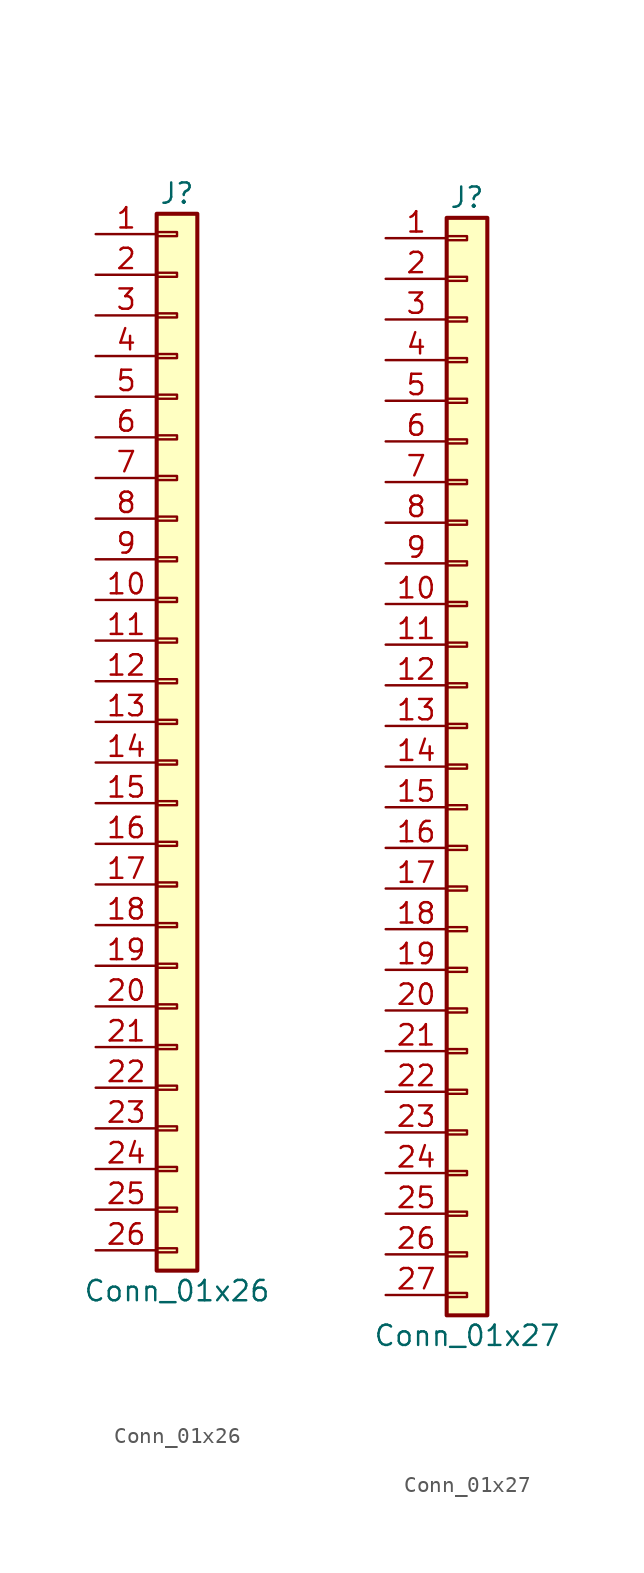
<source format=kicad_sym>
(kicad_symbol_lib
  (version 20211014)
  (generator kicad_symbol_editor)
  (symbol "Conn_01x26"
    (pin_names
      (offset 1.016) hide)
    (property "Reference" "J"
      (at 0 33.02 0)
      (effects (font (size 1.27 1.27))))
    (property "Value" "Conn_01x26"
      (at 0 -35.56 0)
      (effects (font (size 1.27 1.27))))
    (symbol "Conn_01x26_1_1"
      (rectangle (start -1.27 -32.893) (end 0 -33.147) (stroke (width 0.152) (type default) (color 0 0 0 0)) (fill (type none)))
      (rectangle (start -1.27 -30.353) (end 0 -30.607) (stroke (width 0.152) (type default) (color 0 0 0 0)) (fill (type none)))
      (rectangle (start -1.27 -27.813) (end 0 -28.067) (stroke (width 0.152) (type default) (color 0 0 0 0)) (fill (type none)))
      (rectangle (start -1.27 -25.273) (end 0 -25.527) (stroke (width 0.152) (type default) (color 0 0 0 0)) (fill (type none)))
      (rectangle (start -1.27 -22.733) (end 0 -22.987) (stroke (width 0.152) (type default) (color 0 0 0 0)) (fill (type none)))
      (rectangle (start -1.27 -20.193) (end 0 -20.447) (stroke (width 0.152) (type default) (color 0 0 0 0)) (fill (type none)))
      (rectangle (start -1.27 -17.653) (end 0 -17.907) (stroke (width 0.152) (type default) (color 0 0 0 0)) (fill (type none)))
      (rectangle (start -1.27 -15.113) (end 0 -15.367) (stroke (width 0.152) (type default) (color 0 0 0 0)) (fill (type none)))
      (rectangle (start -1.27 -12.573) (end 0 -12.827) (stroke (width 0.152) (type default) (color 0 0 0 0)) (fill (type none)))
      (rectangle (start -1.27 -10.033) (end 0 -10.287) (stroke (width 0.152) (type default) (color 0 0 0 0)) (fill (type none)))
      (rectangle (start -1.27 -7.493) (end 0 -7.747) (stroke (width 0.152) (type default) (color 0 0 0 0)) (fill (type none)))
      (rectangle (start -1.27 -4.953) (end 0 -5.207) (stroke (width 0.152) (type default) (color 0 0 0 0)) (fill (type none)))
      (rectangle (start -1.27 -2.413) (end 0 -2.667) (stroke (width 0.152) (type default) (color 0 0 0 0)) (fill (type none)))
      (rectangle (start -1.27 0.127) (end 0 -0.127) (stroke (width 0.152) (type default) (color 0 0 0 0)) (fill (type none)))
      (rectangle (start -1.27 2.667) (end 0 2.413) (stroke (width 0.152) (type default) (color 0 0 0 0)) (fill (type none)))
      (rectangle (start -1.27 5.207) (end 0 4.953) (stroke (width 0.152) (type default) (color 0 0 0 0)) (fill (type none)))
      (rectangle (start -1.27 7.747) (end 0 7.493) (stroke (width 0.152) (type default) (color 0 0 0 0)) (fill (type none)))
      (rectangle (start -1.27 10.287) (end 0 10.033) (stroke (width 0.152) (type default) (color 0 0 0 0)) (fill (type none)))
      (rectangle (start -1.27 12.827) (end 0 12.573) (stroke (width 0.152) (type default) (color 0 0 0 0)) (fill (type none)))
      (rectangle (start -1.27 15.367) (end 0 15.113) (stroke (width 0.152) (type default) (color 0 0 0 0)) (fill (type none)))
      (rectangle (start -1.27 17.907) (end 0 17.653) (stroke (width 0.152) (type default) (color 0 0 0 0)) (fill (type none)))
      (rectangle (start -1.27 20.447) (end 0 20.193) (stroke (width 0.152) (type default) (color 0 0 0 0)) (fill (type none)))
      (rectangle (start -1.27 22.987) (end 0 22.733) (stroke (width 0.152) (type default) (color 0 0 0 0)) (fill (type none)))
      (rectangle (start -1.27 25.527) (end 0 25.273) (stroke (width 0.152) (type default) (color 0 0 0 0)) (fill (type none)))
      (rectangle (start -1.27 28.067) (end 0 27.813) (stroke (width 0.152) (type default) (color 0 0 0 0)) (fill (type none)))
      (rectangle (start -1.27 30.607) (end 0 30.353) (stroke (width 0.152) (type default) (color 0 0 0 0)) (fill (type none)))
      (rectangle (start -1.27 31.75) (end 1.27 -34.29) (stroke (width 0.254) (type default) (color 0 0 0 0)) (fill (type background)))
      (pin passive line (at -5.08 30.48 0) (length 3.81) (name "Pin_1" (effects (font (size 1.27 1.27)))) (number "1" (effects (font (size 1.27 1.27)))))
      (pin passive line (at -5.08 7.62 0) (length 3.81) (name "Pin_10" (effects (font (size 1.27 1.27)))) (number "10" (effects (font (size 1.27 1.27)))))
      (pin passive line (at -5.08 5.08 0) (length 3.81) (name "Pin_11" (effects (font (size 1.27 1.27)))) (number "11" (effects (font (size 1.27 1.27)))))
      (pin passive line (at -5.08 2.54 0) (length 3.81) (name "Pin_12" (effects (font (size 1.27 1.27)))) (number "12" (effects (font (size 1.27 1.27)))))
      (pin passive line (at -5.08 0 0) (length 3.81) (name "Pin_13" (effects (font (size 1.27 1.27)))) (number "13" (effects (font (size 1.27 1.27)))))
      (pin passive line (at -5.08 -2.54 0) (length 3.81) (name "Pin_14" (effects (font (size 1.27 1.27)))) (number "14" (effects (font (size 1.27 1.27)))))
      (pin passive line (at -5.08 -5.08 0) (length 3.81) (name "Pin_15" (effects (font (size 1.27 1.27)))) (number "15" (effects (font (size 1.27 1.27)))))
      (pin passive line (at -5.08 -7.62 0) (length 3.81) (name "Pin_16" (effects (font (size 1.27 1.27)))) (number "16" (effects (font (size 1.27 1.27)))))
      (pin passive line (at -5.08 -10.16 0) (length 3.81) (name "Pin_17" (effects (font (size 1.27 1.27)))) (number "17" (effects (font (size 1.27 1.27)))))
      (pin passive line (at -5.08 -12.7 0) (length 3.81) (name "Pin_18" (effects (font (size 1.27 1.27)))) (number "18" (effects (font (size 1.27 1.27)))))
      (pin passive line (at -5.08 -15.24 0) (length 3.81) (name "Pin_19" (effects (font (size 1.27 1.27)))) (number "19" (effects (font (size 1.27 1.27)))))
      (pin passive line (at -5.08 27.94 0) (length 3.81) (name "Pin_2" (effects (font (size 1.27 1.27)))) (number "2" (effects (font (size 1.27 1.27)))))
      (pin passive line (at -5.08 -17.78 0) (length 3.81) (name "Pin_20" (effects (font (size 1.27 1.27)))) (number "20" (effects (font (size 1.27 1.27)))))
      (pin passive line (at -5.08 -20.32 0) (length 3.81) (name "Pin_21" (effects (font (size 1.27 1.27)))) (number "21" (effects (font (size 1.27 1.27)))))
      (pin passive line (at -5.08 -22.86 0) (length 3.81) (name "Pin_22" (effects (font (size 1.27 1.27)))) (number "22" (effects (font (size 1.27 1.27)))))
      (pin passive line (at -5.08 -25.4 0) (length 3.81) (name "Pin_23" (effects (font (size 1.27 1.27)))) (number "23" (effects (font (size 1.27 1.27)))))
      (pin passive line (at -5.08 -27.94 0) (length 3.81) (name "Pin_24" (effects (font (size 1.27 1.27)))) (number "24" (effects (font (size 1.27 1.27)))))
      (pin passive line (at -5.08 -30.48 0) (length 3.81) (name "Pin_25" (effects (font (size 1.27 1.27)))) (number "25" (effects (font (size 1.27 1.27)))))
      (pin passive line (at -5.08 -33.02 0) (length 3.81) (name "Pin_26" (effects (font (size 1.27 1.27)))) (number "26" (effects (font (size 1.27 1.27)))))
      (pin passive line (at -5.08 25.4 0) (length 3.81) (name "Pin_3" (effects (font (size 1.27 1.27)))) (number "3" (effects (font (size 1.27 1.27)))))
      (pin passive line (at -5.08 22.86 0) (length 3.81) (name "Pin_4" (effects (font (size 1.27 1.27)))) (number "4" (effects (font (size 1.27 1.27)))))
      (pin passive line (at -5.08 20.32 0) (length 3.81) (name "Pin_5" (effects (font (size 1.27 1.27)))) (number "5" (effects (font (size 1.27 1.27)))))
      (pin passive line (at -5.08 17.78 0) (length 3.81) (name "Pin_6" (effects (font (size 1.27 1.27)))) (number "6" (effects (font (size 1.27 1.27)))))
      (pin passive line (at -5.08 15.24 0) (length 3.81) (name "Pin_7" (effects (font (size 1.27 1.27)))) (number "7" (effects (font (size 1.27 1.27)))))
      (pin passive line (at -5.08 12.7 0) (length 3.81) (name "Pin_8" (effects (font (size 1.27 1.27)))) (number "8" (effects (font (size 1.27 1.27)))))
      (pin passive line (at -5.08 10.16 0) (length 3.81) (name "Pin_9" (effects (font (size 1.27 1.27)))) (number "9" (effects (font (size 1.27 1.27)))))))
  (symbol "Conn_01x27"
    (pin_names
      (offset 1.016) hide)
    (property "Reference" "J"
      (at 0 35.56 0)
      (effects (font (size 1.27 1.27))))
    (property "Value" "Conn_01x27"
      (at 0 -35.56 0)
      (effects (font (size 1.27 1.27))))
    (symbol "Conn_01x27_1_1"
      (rectangle (start -1.27 -32.893) (end 0 -33.147) (stroke (width 0.152) (type default) (color 0 0 0 0)) (fill (type none)))
      (rectangle (start -1.27 -30.353) (end 0 -30.607) (stroke (width 0.152) (type default) (color 0 0 0 0)) (fill (type none)))
      (rectangle (start -1.27 -27.813) (end 0 -28.067) (stroke (width 0.152) (type default) (color 0 0 0 0)) (fill (type none)))
      (rectangle (start -1.27 -25.273) (end 0 -25.527) (stroke (width 0.152) (type default) (color 0 0 0 0)) (fill (type none)))
      (rectangle (start -1.27 -22.733) (end 0 -22.987) (stroke (width 0.152) (type default) (color 0 0 0 0)) (fill (type none)))
      (rectangle (start -1.27 -20.193) (end 0 -20.447) (stroke (width 0.152) (type default) (color 0 0 0 0)) (fill (type none)))
      (rectangle (start -1.27 -17.653) (end 0 -17.907) (stroke (width 0.152) (type default) (color 0 0 0 0)) (fill (type none)))
      (rectangle (start -1.27 -15.113) (end 0 -15.367) (stroke (width 0.152) (type default) (color 0 0 0 0)) (fill (type none)))
      (rectangle (start -1.27 -12.573) (end 0 -12.827) (stroke (width 0.152) (type default) (color 0 0 0 0)) (fill (type none)))
      (rectangle (start -1.27 -10.033) (end 0 -10.287) (stroke (width 0.152) (type default) (color 0 0 0 0)) (fill (type none)))
      (rectangle (start -1.27 -7.493) (end 0 -7.747) (stroke (width 0.152) (type default) (color 0 0 0 0)) (fill (type none)))
      (rectangle (start -1.27 -4.953) (end 0 -5.207) (stroke (width 0.152) (type default) (color 0 0 0 0)) (fill (type none)))
      (rectangle (start -1.27 -2.413) (end 0 -2.667) (stroke (width 0.152) (type default) (color 0 0 0 0)) (fill (type none)))
      (rectangle (start -1.27 0.127) (end 0 -0.127) (stroke (width 0.152) (type default) (color 0 0 0 0)) (fill (type none)))
      (rectangle (start -1.27 2.667) (end 0 2.413) (stroke (width 0.152) (type default) (color 0 0 0 0)) (fill (type none)))
      (rectangle (start -1.27 5.207) (end 0 4.953) (stroke (width 0.152) (type default) (color 0 0 0 0)) (fill (type none)))
      (rectangle (start -1.27 7.747) (end 0 7.493) (stroke (width 0.152) (type default) (color 0 0 0 0)) (fill (type none)))
      (rectangle (start -1.27 10.287) (end 0 10.033) (stroke (width 0.152) (type default) (color 0 0 0 0)) (fill (type none)))
      (rectangle (start -1.27 12.827) (end 0 12.573) (stroke (width 0.152) (type default) (color 0 0 0 0)) (fill (type none)))
      (rectangle (start -1.27 15.367) (end 0 15.113) (stroke (width 0.152) (type default) (color 0 0 0 0)) (fill (type none)))
      (rectangle (start -1.27 17.907) (end 0 17.653) (stroke (width 0.152) (type default) (color 0 0 0 0)) (fill (type none)))
      (rectangle (start -1.27 20.447) (end 0 20.193) (stroke (width 0.152) (type default) (color 0 0 0 0)) (fill (type none)))
      (rectangle (start -1.27 22.987) (end 0 22.733) (stroke (width 0.152) (type default) (color 0 0 0 0)) (fill (type none)))
      (rectangle (start -1.27 25.527) (end 0 25.273) (stroke (width 0.152) (type default) (color 0 0 0 0)) (fill (type none)))
      (rectangle (start -1.27 28.067) (end 0 27.813) (stroke (width 0.152) (type default) (color 0 0 0 0)) (fill (type none)))
      (rectangle (start -1.27 30.607) (end 0 30.353) (stroke (width 0.152) (type default) (color 0 0 0 0)) (fill (type none)))
      (rectangle (start -1.27 33.147) (end 0 32.893) (stroke (width 0.152) (type default) (color 0 0 0 0)) (fill (type none)))
      (rectangle (start -1.27 34.29) (end 1.27 -34.29) (stroke (width 0.254) (type default) (color 0 0 0 0)) (fill (type background)))
      (pin passive line (at -5.08 33.02 0) (length 3.81) (name "Pin_1" (effects (font (size 1.27 1.27)))) (number "1" (effects (font (size 1.27 1.27)))))
      (pin passive line (at -5.08 10.16 0) (length 3.81) (name "Pin_10" (effects (font (size 1.27 1.27)))) (number "10" (effects (font (size 1.27 1.27)))))
      (pin passive line (at -5.08 7.62 0) (length 3.81) (name "Pin_11" (effects (font (size 1.27 1.27)))) (number "11" (effects (font (size 1.27 1.27)))))
      (pin passive line (at -5.08 5.08 0) (length 3.81) (name "Pin_12" (effects (font (size 1.27 1.27)))) (number "12" (effects (font (size 1.27 1.27)))))
      (pin passive line (at -5.08 2.54 0) (length 3.81) (name "Pin_13" (effects (font (size 1.27 1.27)))) (number "13" (effects (font (size 1.27 1.27)))))
      (pin passive line (at -5.08 0 0) (length 3.81) (name "Pin_14" (effects (font (size 1.27 1.27)))) (number "14" (effects (font (size 1.27 1.27)))))
      (pin passive line (at -5.08 -2.54 0) (length 3.81) (name "Pin_15" (effects (font (size 1.27 1.27)))) (number "15" (effects (font (size 1.27 1.27)))))
      (pin passive line (at -5.08 -5.08 0) (length 3.81) (name "Pin_16" (effects (font (size 1.27 1.27)))) (number "16" (effects (font (size 1.27 1.27)))))
      (pin passive line (at -5.08 -7.62 0) (length 3.81) (name "Pin_17" (effects (font (size 1.27 1.27)))) (number "17" (effects (font (size 1.27 1.27)))))
      (pin passive line (at -5.08 -10.16 0) (length 3.81) (name "Pin_18" (effects (font (size 1.27 1.27)))) (number "18" (effects (font (size 1.27 1.27)))))
      (pin passive line (at -5.08 -12.7 0) (length 3.81) (name "Pin_19" (effects (font (size 1.27 1.27)))) (number "19" (effects (font (size 1.27 1.27)))))
      (pin passive line (at -5.08 30.48 0) (length 3.81) (name "Pin_2" (effects (font (size 1.27 1.27)))) (number "2" (effects (font (size 1.27 1.27)))))
      (pin passive line (at -5.08 -15.24 0) (length 3.81) (name "Pin_20" (effects (font (size 1.27 1.27)))) (number "20" (effects (font (size 1.27 1.27)))))
      (pin passive line (at -5.08 -17.78 0) (length 3.81) (name "Pin_21" (effects (font (size 1.27 1.27)))) (number "21" (effects (font (size 1.27 1.27)))))
      (pin passive line (at -5.08 -20.32 0) (length 3.81) (name "Pin_22" (effects (font (size 1.27 1.27)))) (number "22" (effects (font (size 1.27 1.27)))))
      (pin passive line (at -5.08 -22.86 0) (length 3.81) (name "Pin_23" (effects (font (size 1.27 1.27)))) (number "23" (effects (font (size 1.27 1.27)))))
      (pin passive line (at -5.08 -25.4 0) (length 3.81) (name "Pin_24" (effects (font (size 1.27 1.27)))) (number "24" (effects (font (size 1.27 1.27)))))
      (pin passive line (at -5.08 -27.94 0) (length 3.81) (name "Pin_25" (effects (font (size 1.27 1.27)))) (number "25" (effects (font (size 1.27 1.27)))))
      (pin passive line (at -5.08 -30.48 0) (length 3.81) (name "Pin_26" (effects (font (size 1.27 1.27)))) (number "26" (effects (font (size 1.27 1.27)))))
      (pin passive line (at -5.08 -33.02 0) (length 3.81) (name "Pin_27" (effects (font (size 1.27 1.27)))) (number "27" (effects (font (size 1.27 1.27)))))
      (pin passive line (at -5.08 27.94 0) (length 3.81) (name "Pin_3" (effects (font (size 1.27 1.27)))) (number "3" (effects (font (size 1.27 1.27)))))
      (pin passive line (at -5.08 25.4 0) (length 3.81) (name "Pin_4" (effects (font (size 1.27 1.27)))) (number "4" (effects (font (size 1.27 1.27)))))
      (pin passive line (at -5.08 22.86 0) (length 3.81) (name "Pin_5" (effects (font (size 1.27 1.27)))) (number "5" (effects (font (size 1.27 1.27)))))
      (pin passive line (at -5.08 20.32 0) (length 3.81) (name "Pin_6" (effects (font (size 1.27 1.27)))) (number "6" (effects (font (size 1.27 1.27)))))
      (pin passive line (at -5.08 17.78 0) (length 3.81) (name "Pin_7" (effects (font (size 1.27 1.27)))) (number "7" (effects (font (size 1.27 1.27)))))
      (pin passive line (at -5.08 15.24 0) (length 3.81) (name "Pin_8" (effects (font (size 1.27 1.27)))) (number "8" (effects (font (size 1.27 1.27)))))
      (pin passive line (at -5.08 12.7 0) (length 3.81) (name "Pin_9" (effects (font (size 1.27 1.27)))) (number "9" (effects (font (size 1.27 1.27))))))))
</source>
